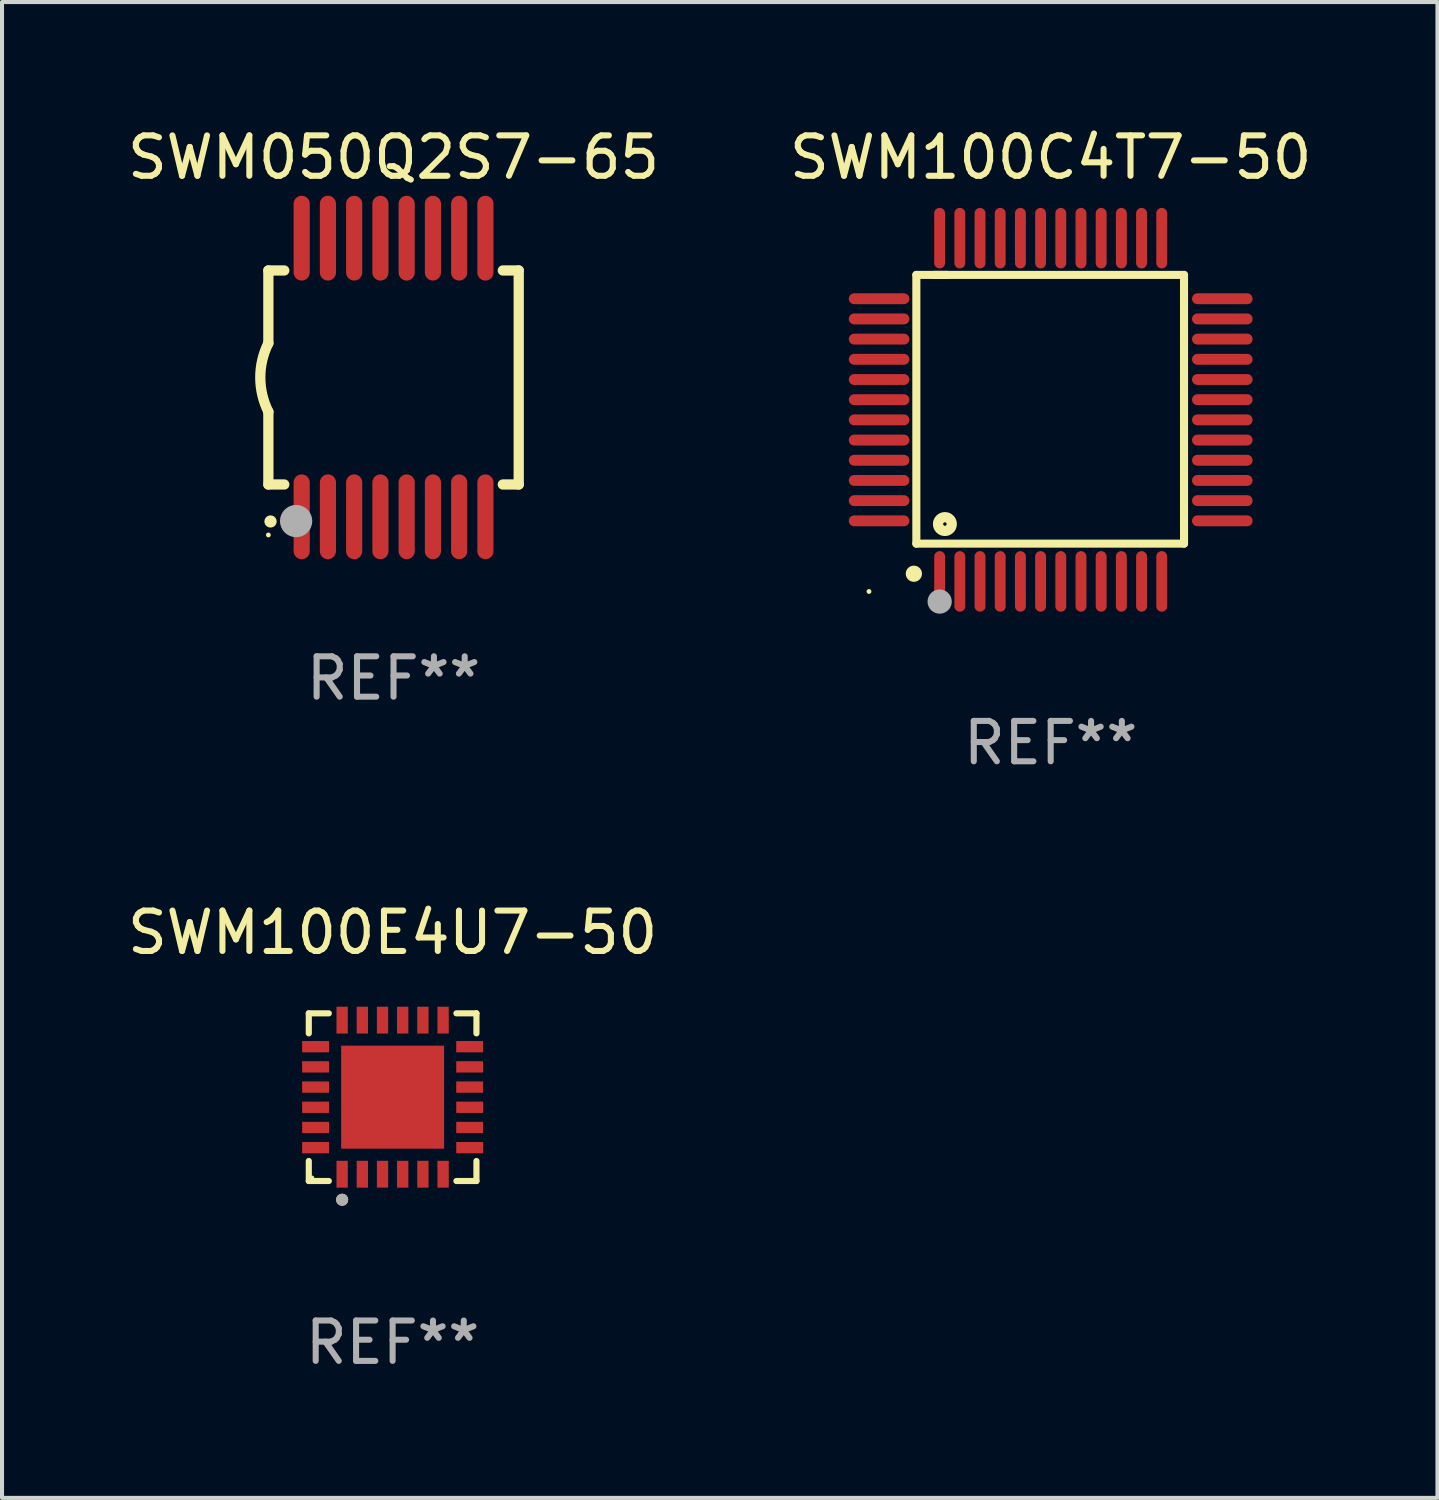
<source format=kicad_pcb>
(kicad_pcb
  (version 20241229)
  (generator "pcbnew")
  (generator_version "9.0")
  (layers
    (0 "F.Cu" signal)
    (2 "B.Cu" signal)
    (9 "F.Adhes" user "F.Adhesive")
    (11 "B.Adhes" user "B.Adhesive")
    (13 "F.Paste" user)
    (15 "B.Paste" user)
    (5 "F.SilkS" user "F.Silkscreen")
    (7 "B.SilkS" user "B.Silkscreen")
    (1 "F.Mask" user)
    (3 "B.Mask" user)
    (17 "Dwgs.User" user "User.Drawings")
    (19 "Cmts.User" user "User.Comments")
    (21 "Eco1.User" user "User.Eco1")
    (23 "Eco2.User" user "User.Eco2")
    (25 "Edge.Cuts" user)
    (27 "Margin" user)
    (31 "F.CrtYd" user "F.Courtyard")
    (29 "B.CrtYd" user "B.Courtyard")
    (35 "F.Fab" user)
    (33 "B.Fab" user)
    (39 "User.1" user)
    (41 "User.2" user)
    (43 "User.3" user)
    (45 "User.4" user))
  (footprint "SWM100E4U7-50"
    (layer "F.Cu")
    (at 6.673 24.121)
    (property "Reference" "SWM100E4U7-50" (at 0 -4.076 0) (layer "F.SilkS") (effects (font (size 1 1) (thickness 0.15))))
    (attr through_hole)
    (fp_line (start -2.076 -2.076) (end -1.58 -2.076) (stroke (width 0.152) (type solid)) (layer "F.SilkS"))
    (fp_line (start -2.076 -1.58) (end -2.076 -2.076) (stroke (width 0.152) (type solid)) (layer "F.SilkS"))
    (fp_line (start -2.076 1.58) (end -2.076 2.076) (stroke (width 0.152) (type solid)) (layer "F.SilkS"))
    (fp_line (start -2.076 2.076) (end -1.58 2.076) (stroke (width 0.152) (type solid)) (layer "F.SilkS"))
    (fp_line (start 2.076 -2.076) (end 1.58 -2.076) (stroke (width 0.152) (type solid)) (layer "F.SilkS"))
    (fp_line (start 2.076 -1.58) (end 2.076 -2.076) (stroke (width 0.152) (type solid)) (layer "F.SilkS"))
    (fp_line (start 2.076 1.58) (end 2.076 2.076) (stroke (width 0.152) (type solid)) (layer "F.SilkS"))
    (fp_line (start 2.076 2.076) (end 1.58 2.076) (stroke (width 0.152) (type solid)) (layer "F.SilkS"))
    (fp_circle (center -2 2) (end -1.97 2) (stroke (width 0.06) (type solid)) (fill no) (layer "F.SilkS"))
    (fp_circle (center -1.25 2.54) (end -1.175 2.54) (stroke (width 0.15) (type solid)) (fill no) (layer "F.SilkS"))
    (fp_circle (center -1.25 2.54) (end -1.175 2.54) (stroke (width 0.15) (type solid)) (fill no) (layer "F.Fab"))
    (fp_text user "REF**" (at 0 6.076 0) (layer "F.Fab") (effects (font (size 1 1) (thickness 0.15))))
    (pad "1" smd rect (at -1.25 1.908) (size 0.28 0.665) (layers "F.Cu" "F.Mask" "F.Paste"))
    (pad "2" smd rect (at -0.75 1.908) (size 0.28 0.665) (layers "F.Cu" "F.Mask" "F.Paste"))
    (pad "3" smd rect (at -0.25 1.908) (size 0.28 0.665) (layers "F.Cu" "F.Mask" "F.Paste"))
    (pad "4" smd rect (at 0.25 1.908) (size 0.28 0.665) (layers "F.Cu" "F.Mask" "F.Paste"))
    (pad "5" smd rect (at 0.75 1.908) (size 0.28 0.665) (layers "F.Cu" "F.Mask" "F.Paste"))
    (pad "6" smd rect (at 1.25 1.908) (size 0.28 0.665) (layers "F.Cu" "F.Mask" "F.Paste"))
    (pad "7" smd rect (at 1.908 1.25) (size 0.665 0.28) (layers "F.Cu" "F.Mask" "F.Paste"))
    (pad "8" smd rect (at 1.908 0.75) (size 0.665 0.28) (layers "F.Cu" "F.Mask" "F.Paste"))
    (pad "9" smd rect (at 1.908 0.25) (size 0.665 0.28) (layers "F.Cu" "F.Mask" "F.Paste"))
    (pad "10" smd rect (at 1.908 -0.25) (size 0.665 0.28) (layers "F.Cu" "F.Mask" "F.Paste"))
    (pad "11" smd rect (at 1.908 -0.75) (size 0.665 0.28) (layers "F.Cu" "F.Mask" "F.Paste"))
    (pad "12" smd rect (at 1.908 -1.25) (size 0.665 0.28) (layers "F.Cu" "F.Mask" "F.Paste"))
    (pad "13" smd rect (at 1.25 -1.908) (size 0.28 0.665) (layers "F.Cu" "F.Mask" "F.Paste"))
    (pad "14" smd rect (at 0.75 -1.908) (size 0.28 0.665) (layers "F.Cu" "F.Mask" "F.Paste"))
    (pad "15" smd rect (at 0.25 -1.908) (size 0.28 0.665) (layers "F.Cu" "F.Mask" "F.Paste"))
    (pad "16" smd rect (at -0.25 -1.908) (size 0.28 0.665) (layers "F.Cu" "F.Mask" "F.Paste"))
    (pad "17" smd rect (at -0.75 -1.908) (size 0.28 0.665) (layers "F.Cu" "F.Mask" "F.Paste"))
    (pad "18" smd rect (at -1.25 -1.908) (size 0.28 0.665) (layers "F.Cu" "F.Mask" "F.Paste"))
    (pad "19" smd rect (at -1.908 -1.25) (size 0.665 0.28) (layers "F.Cu" "F.Mask" "F.Paste"))
    (pad "20" smd rect (at -1.908 -0.75) (size 0.665 0.28) (layers "F.Cu" "F.Mask" "F.Paste"))
    (pad "21" smd rect (at -1.908 -0.25) (size 0.665 0.28) (layers "F.Cu" "F.Mask" "F.Paste"))
    (pad "22" smd rect (at -1.908 0.25) (size 0.665 0.28) (layers "F.Cu" "F.Mask" "F.Paste"))
    (pad "23" smd rect (at -1.908 0.75) (size 0.665 0.28) (layers "F.Cu" "F.Mask" "F.Paste"))
    (pad "24" smd rect (at -1.908 1.25) (size 0.665 0.28) (layers "F.Cu" "F.Mask" "F.Paste"))
    (pad "25" smd rect (at 0 0) (size 2.55 2.55) (layers "F.Cu" "F.Mask" "F.Paste")))
  (footprint "SWM050Q2S7-65"
    (layer "F.Cu")
    (at 6.696 6.298)
    (property "Reference" "SWM050Q2S7-65" (at 0 -5.45 0) (layer "F.SilkS") (effects (font (size 1 1) (thickness 0.15))))
    (attr through_hole)
    (fp_line (start -3.1 -2.65) (end -3.1 -0.85) (stroke (width 0.254) (type solid)) (layer "F.SilkS"))
    (fp_line (start -3.1 -2.65) (end -2.706 -2.65) (stroke (width 0.254) (type solid)) (layer "F.SilkS"))
    (fp_line (start -3.1 2.65) (end -3.1 0.85) (stroke (width 0.254) (type solid)) (layer "F.SilkS"))
    (fp_line (start -3.1 2.65) (end -2.706 2.65) (stroke (width 0.254) (type solid)) (layer "F.SilkS"))
    (fp_line (start 2.706 -2.65) (end 3.1 -2.65) (stroke (width 0.254) (type solid)) (layer "F.SilkS"))
    (fp_line (start 2.706 2.65) (end 3.1 2.65) (stroke (width 0.254) (type solid)) (layer "F.SilkS"))
    (fp_line (start 3.1 -2.65) (end 3.1 2.65) (stroke (width 0.254) (type solid)) (layer "F.SilkS"))
    (fp_arc (start -3.098907 0.850902) (mid -3.300057 0.000523) (end -3.1 -0.850114) (stroke (width 0.254001) (type solid)) (layer "F.SilkS"))
    (fp_arc (start -3.048006 3.566066) (mid -3.046736 3.566061) (end -3.045466 3.566066) (stroke (width 0.3) (type solid)) (layer "F.SilkS"))
    (fp_circle (center -3.1 3.9) (end -3.07 3.9) (stroke (width 0.06) (type solid)) (fill no) (layer "F.SilkS"))
    (fp_circle (center -2.413 3.556) (end -2.213 3.556) (stroke (width 0.4) (type solid)) (fill no) (layer "F.Fab"))
    (fp_text user "REF**" (at 0 7.45 0) (layer "F.Fab") (effects (font (size 1 1) (thickness 0.15))))
    (pad "1" smd oval (at -2.275 3.45 180) (size 0.4 2.1) (layers "F.Cu" "F.Mask" "F.Paste"))
    (pad "2" smd oval (at -1.625 3.45 180) (size 0.4 2.1) (layers "F.Cu" "F.Mask" "F.Paste"))
    (pad "3" smd oval (at -0.975 3.45 180) (size 0.4 2.1) (layers "F.Cu" "F.Mask" "F.Paste"))
    (pad "4" smd oval (at -0.325 3.45 180) (size 0.4 2.1) (layers "F.Cu" "F.Mask" "F.Paste"))
    (pad "5" smd oval (at 0.325 3.45 180) (size 0.4 2.1) (layers "F.Cu" "F.Mask" "F.Paste"))
    (pad "6" smd oval (at 0.975 3.45 180) (size 0.4 2.1) (layers "F.Cu" "F.Mask" "F.Paste"))
    (pad "7" smd oval (at 1.625 3.45 180) (size 0.4 2.1) (layers "F.Cu" "F.Mask" "F.Paste"))
    (pad "8" smd oval (at 2.275 3.45 180) (size 0.4 2.1) (layers "F.Cu" "F.Mask" "F.Paste"))
    (pad "9" smd oval (at 2.275 -3.45 180) (size 0.4 2.1) (layers "F.Cu" "F.Mask" "F.Paste"))
    (pad "10" smd oval (at 1.625 -3.45 180) (size 0.4 2.1) (layers "F.Cu" "F.Mask" "F.Paste"))
    (pad "11" smd oval (at 0.975 -3.45 180) (size 0.4 2.1) (layers "F.Cu" "F.Mask" "F.Paste"))
    (pad "12" smd oval (at 0.325 -3.45 180) (size 0.4 2.1) (layers "F.Cu" "F.Mask" "F.Paste"))
    (pad "13" smd oval (at -0.325 -3.45 180) (size 0.4 2.1) (layers "F.Cu" "F.Mask" "F.Paste"))
    (pad "14" smd oval (at -0.975 -3.45 180) (size 0.4 2.1) (layers "F.Cu" "F.Mask" "F.Paste"))
    (pad "15" smd oval (at -1.625 -3.45 180) (size 0.4 2.1) (layers "F.Cu" "F.Mask" "F.Paste"))
    (pad "16" smd oval (at -2.275 -3.45 180) (size 0.4 2.1) (layers "F.Cu" "F.Mask" "F.Paste")))
  (footprint "SWM100C4T7-50"
    (layer "F.Cu")
    (at 22.97 7.098)
    (property "Reference" "SWM100C4T7-50" (at 0 -6.25 0) (layer "F.SilkS") (effects (font (size 1 1) (thickness 0.15))))
    (attr through_hole)
    (fp_line (start -3.327 -3.34) (end -2.565 -3.34) (stroke (width 0.2) (type solid)) (layer "F.SilkS"))
    (fp_line (start -3.327 3.315) (end -3.327 -3.34) (stroke (width 0.2) (type solid)) (layer "F.SilkS"))
    (fp_line (start -2.896 -3.34) (end 3.302 -3.34) (stroke (width 0.2) (type solid)) (layer "F.SilkS"))
    (fp_line (start 3.302 -3.34) (end 3.302 3.315) (stroke (width 0.2) (type solid)) (layer "F.SilkS"))
    (fp_line (start 3.302 3.315) (end -3.327 3.315) (stroke (width 0.2) (type solid)) (layer "F.SilkS"))
    (fp_arc (start -3.389992 4.059995) (mid -3.388722 4.059991) (end -3.387452 4.059995) (stroke (width 0.4) (type solid)) (layer "F.SilkS"))
    (fp_circle (center -4.5 4.5) (end -4.47 4.5) (stroke (width 0.06) (type solid)) (fill no) (layer "F.SilkS"))
    (fp_circle (center -2.62 2.83) (end -2.45 2.83) (stroke (width 0.254) (type solid)) (fill no) (layer "F.SilkS"))
    (fp_circle (center -2.75 4.75) (end -2.6 4.75) (stroke (width 0.3) (type solid)) (fill no) (layer "F.Fab"))
    (fp_text user "REF**" (at 0 8.25 0) (layer "F.Fab") (effects (font (size 1 1) (thickness 0.15))))
    (pad "1" smd oval (at -2.75 4.25) (size 0.27 1.5) (layers "F.Cu" "F.Mask" "F.Paste"))
    (pad "2" smd oval (at -2.25 4.25) (size 0.27 1.5) (layers "F.Cu" "F.Mask" "F.Paste"))
    (pad "3" smd oval (at -1.75 4.25) (size 0.27 1.5) (layers "F.Cu" "F.Mask" "F.Paste"))
    (pad "4" smd oval (at -1.25 4.25) (size 0.27 1.5) (layers "F.Cu" "F.Mask" "F.Paste"))
    (pad "5" smd oval (at -0.75 4.25) (size 0.27 1.5) (layers "F.Cu" "F.Mask" "F.Paste"))
    (pad "6" smd oval (at -0.25 4.25) (size 0.27 1.5) (layers "F.Cu" "F.Mask" "F.Paste"))
    (pad "7" smd oval (at 0.25 4.25) (size 0.27 1.5) (layers "F.Cu" "F.Mask" "F.Paste"))
    (pad "8" smd oval (at 0.75 4.25) (size 0.27 1.5) (layers "F.Cu" "F.Mask" "F.Paste"))
    (pad "9" smd oval (at 1.25 4.25) (size 0.27 1.5) (layers "F.Cu" "F.Mask" "F.Paste"))
    (pad "10" smd oval (at 1.75 4.25) (size 0.27 1.5) (layers "F.Cu" "F.Mask" "F.Paste"))
    (pad "11" smd oval (at 2.25 4.25) (size 0.27 1.5) (layers "F.Cu" "F.Mask" "F.Paste"))
    (pad "12" smd oval (at 2.75 4.25) (size 0.27 1.5) (layers "F.Cu" "F.Mask" "F.Paste"))
    (pad "13" smd oval (at 4.25 2.75) (size 1.5 0.27) (layers "F.Cu" "F.Mask" "F.Paste"))
    (pad "14" smd oval (at 4.25 2.25) (size 1.5 0.27) (layers "F.Cu" "F.Mask" "F.Paste"))
    (pad "15" smd oval (at 4.25 1.75) (size 1.5 0.27) (layers "F.Cu" "F.Mask" "F.Paste"))
    (pad "16" smd oval (at 4.25 1.25) (size 1.5 0.27) (layers "F.Cu" "F.Mask" "F.Paste"))
    (pad "17" smd oval (at 4.25 0.75) (size 1.5 0.27) (layers "F.Cu" "F.Mask" "F.Paste"))
    (pad "18" smd oval (at 4.25 0.25) (size 1.5 0.27) (layers "F.Cu" "F.Mask" "F.Paste"))
    (pad "19" smd oval (at 4.25 -0.25) (size 1.5 0.27) (layers "F.Cu" "F.Mask" "F.Paste"))
    (pad "20" smd oval (at 4.25 -0.75) (size 1.5 0.27) (layers "F.Cu" "F.Mask" "F.Paste"))
    (pad "21" smd oval (at 4.25 -1.25) (size 1.5 0.27) (layers "F.Cu" "F.Mask" "F.Paste"))
    (pad "22" smd oval (at 4.25 -1.75) (size 1.5 0.27) (layers "F.Cu" "F.Mask" "F.Paste"))
    (pad "23" smd oval (at 4.25 -2.25) (size 1.5 0.27) (layers "F.Cu" "F.Mask" "F.Paste"))
    (pad "24" smd oval (at 4.25 -2.75) (size 1.5 0.27) (layers "F.Cu" "F.Mask" "F.Paste"))
    (pad "25" smd oval (at 2.75 -4.25) (size 0.27 1.5) (layers "F.Cu" "F.Mask" "F.Paste"))
    (pad "26" smd oval (at 2.25 -4.25) (size 0.27 1.5) (layers "F.Cu" "F.Mask" "F.Paste"))
    (pad "27" smd oval (at 1.75 -4.25) (size 0.27 1.5) (layers "F.Cu" "F.Mask" "F.Paste"))
    (pad "28" smd oval (at 1.25 -4.25) (size 0.27 1.5) (layers "F.Cu" "F.Mask" "F.Paste"))
    (pad "29" smd oval (at 0.75 -4.25) (size 0.27 1.5) (layers "F.Cu" "F.Mask" "F.Paste"))
    (pad "30" smd oval (at 0.25 -4.25) (size 0.27 1.5) (layers "F.Cu" "F.Mask" "F.Paste"))
    (pad "31" smd oval (at -0.25 -4.25) (size 0.27 1.5) (layers "F.Cu" "F.Mask" "F.Paste"))
    (pad "32" smd oval (at -0.75 -4.25) (size 0.27 1.5) (layers "F.Cu" "F.Mask" "F.Paste"))
    (pad "33" smd oval (at -1.25 -4.25) (size 0.27 1.5) (layers "F.Cu" "F.Mask" "F.Paste"))
    (pad "34" smd oval (at -1.75 -4.25) (size 0.27 1.5) (layers "F.Cu" "F.Mask" "F.Paste"))
    (pad "35" smd oval (at -2.25 -4.25) (size 0.27 1.5) (layers "F.Cu" "F.Mask" "F.Paste"))
    (pad "36" smd oval (at -2.75 -4.25) (size 0.27 1.5) (layers "F.Cu" "F.Mask" "F.Paste"))
    (pad "37" smd oval (at -4.25 -2.75) (size 1.5 0.27) (layers "F.Cu" "F.Mask" "F.Paste"))
    (pad "38" smd oval (at -4.25 -2.25) (size 1.5 0.27) (layers "F.Cu" "F.Mask" "F.Paste"))
    (pad "39" smd oval (at -4.25 -1.75) (size 1.5 0.27) (layers "F.Cu" "F.Mask" "F.Paste"))
    (pad "40" smd oval (at -4.25 -1.25) (size 1.5 0.27) (layers "F.Cu" "F.Mask" "F.Paste"))
    (pad "41" smd oval (at -4.25 -0.75) (size 1.5 0.27) (layers "F.Cu" "F.Mask" "F.Paste"))
    (pad "42" smd oval (at -4.25 -0.25) (size 1.5 0.27) (layers "F.Cu" "F.Mask" "F.Paste"))
    (pad "43" smd oval (at -4.25 0.25) (size 1.5 0.27) (layers "F.Cu" "F.Mask" "F.Paste"))
    (pad "44" smd oval (at -4.25 0.75) (size 1.5 0.27) (layers "F.Cu" "F.Mask" "F.Paste"))
    (pad "45" smd oval (at -4.25 1.25) (size 1.5 0.27) (layers "F.Cu" "F.Mask" "F.Paste"))
    (pad "46" smd oval (at -4.25 1.75) (size 1.5 0.27) (layers "F.Cu" "F.Mask" "F.Paste"))
    (pad "47" smd oval (at -4.25 2.25) (size 1.5 0.27) (layers "F.Cu" "F.Mask" "F.Paste"))
    (pad "48" smd oval (at -4.25 2.75) (size 1.5 0.27) (layers "F.Cu" "F.Mask" "F.Paste")))
  (gr_rect
    (start -3 -3)
    (end 32.548 34.045)
    (stroke (width 0.1) (type default))
    (fill no)
    (layer "Edge.Cuts")))
</source>
